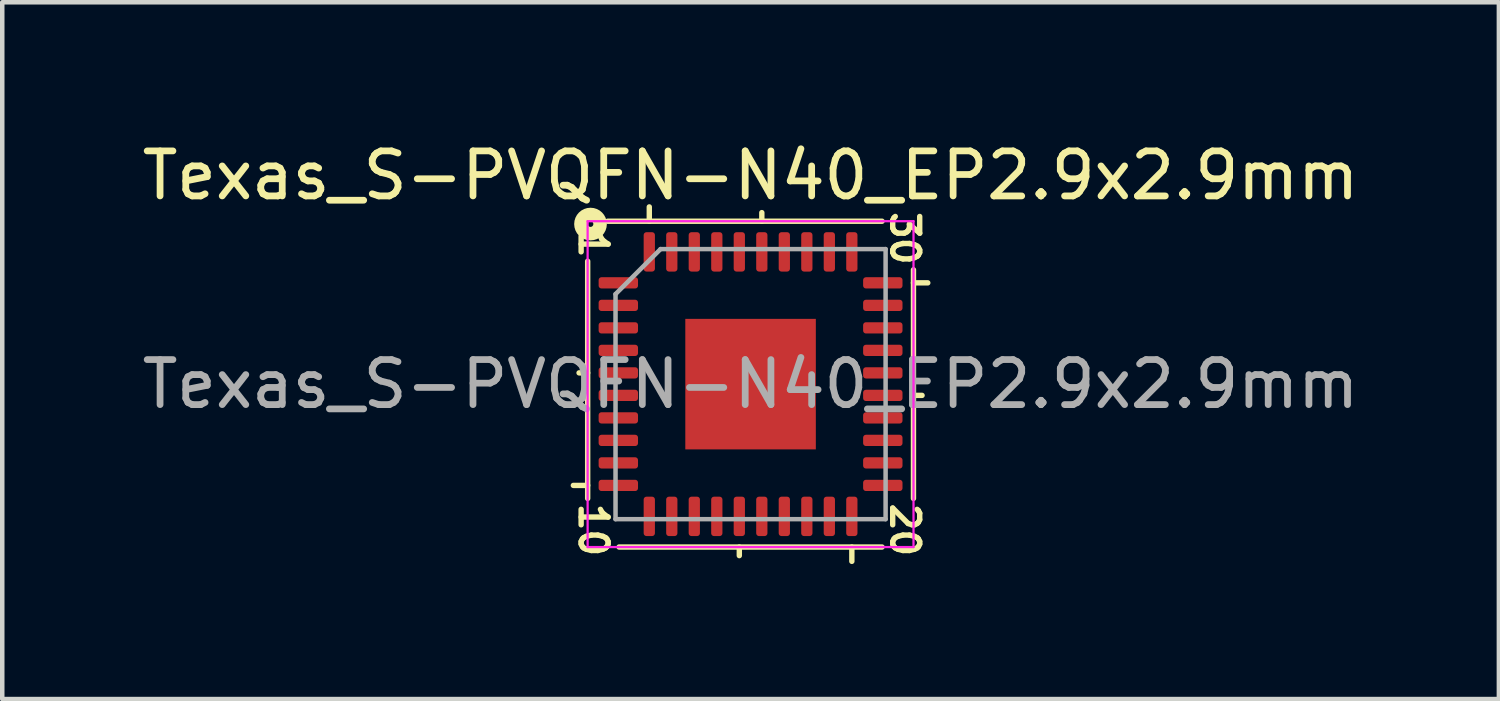
<source format=kicad_pcb>
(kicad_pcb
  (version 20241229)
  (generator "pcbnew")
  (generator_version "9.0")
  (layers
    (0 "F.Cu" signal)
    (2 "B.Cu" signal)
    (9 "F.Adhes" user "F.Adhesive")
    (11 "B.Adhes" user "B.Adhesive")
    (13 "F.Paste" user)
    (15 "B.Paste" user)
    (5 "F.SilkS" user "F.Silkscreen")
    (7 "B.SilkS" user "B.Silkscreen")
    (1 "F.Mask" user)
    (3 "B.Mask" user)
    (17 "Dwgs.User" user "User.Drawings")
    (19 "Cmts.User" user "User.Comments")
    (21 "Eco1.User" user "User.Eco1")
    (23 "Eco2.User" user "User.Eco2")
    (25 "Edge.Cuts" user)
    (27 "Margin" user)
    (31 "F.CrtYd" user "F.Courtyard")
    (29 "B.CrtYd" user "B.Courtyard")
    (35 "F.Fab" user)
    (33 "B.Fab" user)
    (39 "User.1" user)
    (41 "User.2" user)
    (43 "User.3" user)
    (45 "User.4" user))
  (footprint "Texas_S-PVQFN-N40_EP2.9x2.9mm"
    (layer "F.Cu")
    (at 13.625 5.484)
    (property "Reference" "Texas_S-PVQFN-N40_EP2.9x2.9mm" (at 0 -4.636 0) (layer "F.SilkS") (effects (font (size 1 1) (thickness 0.15))))
    (attr smd)
    (fp_line (start -3.619 -2.731) (end -3.619 2.54) (stroke (width 0.12) (type solid)) (layer "F.SilkS"))
    (fp_line (start -3.619 -0.25) (end -3.81 -0.25) (stroke (width 0.12) (type solid)) (layer "F.SilkS"))
    (fp_line (start -3.619 2.25) (end -3.937 2.25) (stroke (width 0.12) (type solid)) (layer "F.SilkS"))
    (fp_line (start -2.921 3.619) (end 2.921 3.619) (stroke (width 0.12) (type solid)) (layer "F.SilkS"))
    (fp_line (start -2.25 -3.619) (end -2.25 -3.937) (stroke (width 0.12) (type solid)) (layer "F.SilkS"))
    (fp_line (start -0.25 3.619) (end -0.25 3.81) (stroke (width 0.12) (type solid)) (layer "F.SilkS"))
    (fp_line (start 0.25 -3.619) (end 0.25 -3.81) (stroke (width 0.12) (type solid)) (layer "F.SilkS"))
    (fp_line (start 2.25 3.619) (end 2.25 3.937) (stroke (width 0.12) (type solid)) (layer "F.SilkS"))
    (fp_line (start 2.921 -3.619) (end -3.175 -3.619) (stroke (width 0.12) (type solid)) (layer "F.SilkS"))
    (fp_line (start 3.619 -2.25) (end 3.937 -2.25) (stroke (width 0.12) (type solid)) (layer "F.SilkS"))
    (fp_line (start 3.619 0.25) (end 3.81 0.25) (stroke (width 0.12) (type solid)) (layer "F.SilkS"))
    (fp_line (start 3.619 2.54) (end 3.619 -2.54) (stroke (width 0.12) (type solid)) (layer "F.SilkS"))
    (fp_circle (center -3.556 -3.556) (end -3.493 -3.556) (stroke (width 0.3) (type solid)) (fill no) (layer "F.SilkS"))
    (fp_line (start -3.62 -3.62) (end -3.62 3.62) (stroke (width 0.05) (type solid)) (layer "F.CrtYd"))
    (fp_line (start -3.62 3.62) (end 3.62 3.62) (stroke (width 0.05) (type solid)) (layer "F.CrtYd"))
    (fp_line (start 3.62 -3.62) (end -3.62 -3.62) (stroke (width 0.05) (type solid)) (layer "F.CrtYd"))
    (fp_line (start 3.62 3.62) (end 3.62 -3.62) (stroke (width 0.05) (type solid)) (layer "F.CrtYd"))
    (fp_line (start -3 -2) (end -2 -3) (stroke (width 0.1) (type solid)) (layer "F.Fab"))
    (fp_line (start -3 3) (end -3 -2) (stroke (width 0.1) (type solid)) (layer "F.Fab"))
    (fp_line (start -2 -3) (end 3 -3) (stroke (width 0.1) (type solid)) (layer "F.Fab"))
    (fp_line (start 3 -3) (end 3 3) (stroke (width 0.1) (type solid)) (layer "F.Fab"))
    (fp_line (start 3 3) (end -3 3) (stroke (width 0.1) (type solid)) (layer "F.Fab"))
    (fp_text user "30" (at 3.429 -3.239 270) (unlocked yes) (layer "F.SilkS") (effects (font (size 0.6 0.6) (thickness 0.12))))
    (fp_text user "20" (at 3.429 3.239 270) (unlocked yes) (layer "F.SilkS") (effects (font (size 0.6 0.6) (thickness 0.12))))
    (fp_text user "10" (at -3.493 3.239 270) (unlocked yes) (layer "F.SilkS") (effects (font (size 0.6 0.6) (thickness 0.12))))
    (fp_text user "1" (at -3.493 -3.111 270) (unlocked yes) (layer "F.SilkS") (effects (font (size 0.6 0.6) (thickness 0.12))))
    (fp_text user "${REFERENCE}" (at 0 0 0) (layer "F.Fab") (effects (font (size 1 1) (thickness 0.15))))
    (pad "" smd roundrect (at -0.725 -0.725) (size 1.17 1.17) (layers "F.Paste") (roundrect_rratio 0.214))
    (pad "" smd roundrect (at -0.725 0.725) (size 1.17 1.17) (layers "F.Paste") (roundrect_rratio 0.214))
    (pad "" smd roundrect (at 0.725 -0.725) (size 1.17 1.17) (layers "F.Paste") (roundrect_rratio 0.214))
    (pad "" smd roundrect (at 0.725 0.725) (size 1.17 1.17) (layers "F.Paste") (roundrect_rratio 0.214))
    (pad "1" smd roundrect (at -2.938 -2.25) (size 0.875 0.25) (layers "F.Cu" "F.Mask" "F.Paste") (roundrect_rratio 0.25))
    (pad "2" smd roundrect (at -2.938 -1.75) (size 0.875 0.25) (layers "F.Cu" "F.Mask" "F.Paste") (roundrect_rratio 0.25))
    (pad "3" smd roundrect (at -2.938 -1.25) (size 0.875 0.25) (layers "F.Cu" "F.Mask" "F.Paste") (roundrect_rratio 0.25))
    (pad "4" smd roundrect (at -2.938 -0.75) (size 0.875 0.25) (layers "F.Cu" "F.Mask" "F.Paste") (roundrect_rratio 0.25))
    (pad "5" smd roundrect (at -2.938 -0.25) (size 0.875 0.25) (layers "F.Cu" "F.Mask" "F.Paste") (roundrect_rratio 0.25))
    (pad "6" smd roundrect (at -2.938 0.25) (size 0.875 0.25) (layers "F.Cu" "F.Mask" "F.Paste") (roundrect_rratio 0.25))
    (pad "7" smd roundrect (at -2.938 0.75) (size 0.875 0.25) (layers "F.Cu" "F.Mask" "F.Paste") (roundrect_rratio 0.25))
    (pad "8" smd roundrect (at -2.938 1.25) (size 0.875 0.25) (layers "F.Cu" "F.Mask" "F.Paste") (roundrect_rratio 0.25))
    (pad "9" smd roundrect (at -2.938 1.75) (size 0.875 0.25) (layers "F.Cu" "F.Mask" "F.Paste") (roundrect_rratio 0.25))
    (pad "10" smd roundrect (at -2.938 2.25) (size 0.875 0.25) (layers "F.Cu" "F.Mask" "F.Paste") (roundrect_rratio 0.25))
    (pad "11" smd roundrect (at -2.25 2.938) (size 0.25 0.875) (layers "F.Cu" "F.Mask" "F.Paste") (roundrect_rratio 0.25))
    (pad "12" smd roundrect (at -1.75 2.938) (size 0.25 0.875) (layers "F.Cu" "F.Mask" "F.Paste") (roundrect_rratio 0.25))
    (pad "13" smd roundrect (at -1.25 2.938) (size 0.25 0.875) (layers "F.Cu" "F.Mask" "F.Paste") (roundrect_rratio 0.25))
    (pad "14" smd roundrect (at -0.75 2.938) (size 0.25 0.875) (layers "F.Cu" "F.Mask" "F.Paste") (roundrect_rratio 0.25))
    (pad "15" smd roundrect (at -0.25 2.938) (size 0.25 0.875) (layers "F.Cu" "F.Mask" "F.Paste") (roundrect_rratio 0.25))
    (pad "16" smd roundrect (at 0.25 2.938) (size 0.25 0.875) (layers "F.Cu" "F.Mask" "F.Paste") (roundrect_rratio 0.25))
    (pad "17" smd roundrect (at 0.75 2.938) (size 0.25 0.875) (layers "F.Cu" "F.Mask" "F.Paste") (roundrect_rratio 0.25))
    (pad "18" smd roundrect (at 1.25 2.938) (size 0.25 0.875) (layers "F.Cu" "F.Mask" "F.Paste") (roundrect_rratio 0.25))
    (pad "19" smd roundrect (at 1.75 2.938) (size 0.25 0.875) (layers "F.Cu" "F.Mask" "F.Paste") (roundrect_rratio 0.25))
    (pad "20" smd roundrect (at 2.25 2.938) (size 0.25 0.875) (layers "F.Cu" "F.Mask" "F.Paste") (roundrect_rratio 0.25))
    (pad "21" smd roundrect (at 2.938 2.25) (size 0.875 0.25) (layers "F.Cu" "F.Mask" "F.Paste") (roundrect_rratio 0.25))
    (pad "22" smd roundrect (at 2.938 1.75) (size 0.875 0.25) (layers "F.Cu" "F.Mask" "F.Paste") (roundrect_rratio 0.25))
    (pad "23" smd roundrect (at 2.938 1.25) (size 0.875 0.25) (layers "F.Cu" "F.Mask" "F.Paste") (roundrect_rratio 0.25))
    (pad "24" smd roundrect (at 2.938 0.75) (size 0.875 0.25) (layers "F.Cu" "F.Mask" "F.Paste") (roundrect_rratio 0.25))
    (pad "25" smd roundrect (at 2.938 0.25) (size 0.875 0.25) (layers "F.Cu" "F.Mask" "F.Paste") (roundrect_rratio 0.25))
    (pad "26" smd roundrect (at 2.938 -0.25) (size 0.875 0.25) (layers "F.Cu" "F.Mask" "F.Paste") (roundrect_rratio 0.25))
    (pad "27" smd roundrect (at 2.938 -0.75) (size 0.875 0.25) (layers "F.Cu" "F.Mask" "F.Paste") (roundrect_rratio 0.25))
    (pad "28" smd roundrect (at 2.938 -1.25) (size 0.875 0.25) (layers "F.Cu" "F.Mask" "F.Paste") (roundrect_rratio 0.25))
    (pad "29" smd roundrect (at 2.938 -1.75) (size 0.875 0.25) (layers "F.Cu" "F.Mask" "F.Paste") (roundrect_rratio 0.25))
    (pad "30" smd roundrect (at 2.938 -2.25) (size 0.875 0.25) (layers "F.Cu" "F.Mask" "F.Paste") (roundrect_rratio 0.25))
    (pad "31" smd roundrect (at 2.25 -2.938) (size 0.25 0.875) (layers "F.Cu" "F.Mask" "F.Paste") (roundrect_rratio 0.25))
    (pad "32" smd roundrect (at 1.75 -2.938) (size 0.25 0.875) (layers "F.Cu" "F.Mask" "F.Paste") (roundrect_rratio 0.25))
    (pad "33" smd roundrect (at 1.25 -2.938) (size 0.25 0.875) (layers "F.Cu" "F.Mask" "F.Paste") (roundrect_rratio 0.25))
    (pad "34" smd roundrect (at 0.75 -2.938) (size 0.25 0.875) (layers "F.Cu" "F.Mask" "F.Paste") (roundrect_rratio 0.25))
    (pad "35" smd roundrect (at 0.25 -2.938) (size 0.25 0.875) (layers "F.Cu" "F.Mask" "F.Paste") (roundrect_rratio 0.25))
    (pad "36" smd roundrect (at -0.25 -2.938) (size 0.25 0.875) (layers "F.Cu" "F.Mask" "F.Paste") (roundrect_rratio 0.25))
    (pad "37" smd roundrect (at -0.75 -2.938) (size 0.25 0.875) (layers "F.Cu" "F.Mask" "F.Paste") (roundrect_rratio 0.25))
    (pad "38" smd roundrect (at -1.25 -2.938) (size 0.25 0.875) (layers "F.Cu" "F.Mask" "F.Paste") (roundrect_rratio 0.25))
    (pad "39" smd roundrect (at -1.75 -2.938) (size 0.25 0.875) (layers "F.Cu" "F.Mask" "F.Paste") (roundrect_rratio 0.25))
    (pad "40" smd roundrect (at -2.25 -2.938) (size 0.25 0.875) (layers "F.Cu" "F.Mask" "F.Paste") (roundrect_rratio 0.25))
    (pad "41" smd rect (at 0 0) (size 2.9 2.9) (layers "F.Cu" "F.Mask")))
  (gr_rect
    (start -3 -3)
    (end 30.25 12.481)
    (stroke (width 0.1) (type default))
    (fill no)
    (layer "Edge.Cuts")))
</source>
